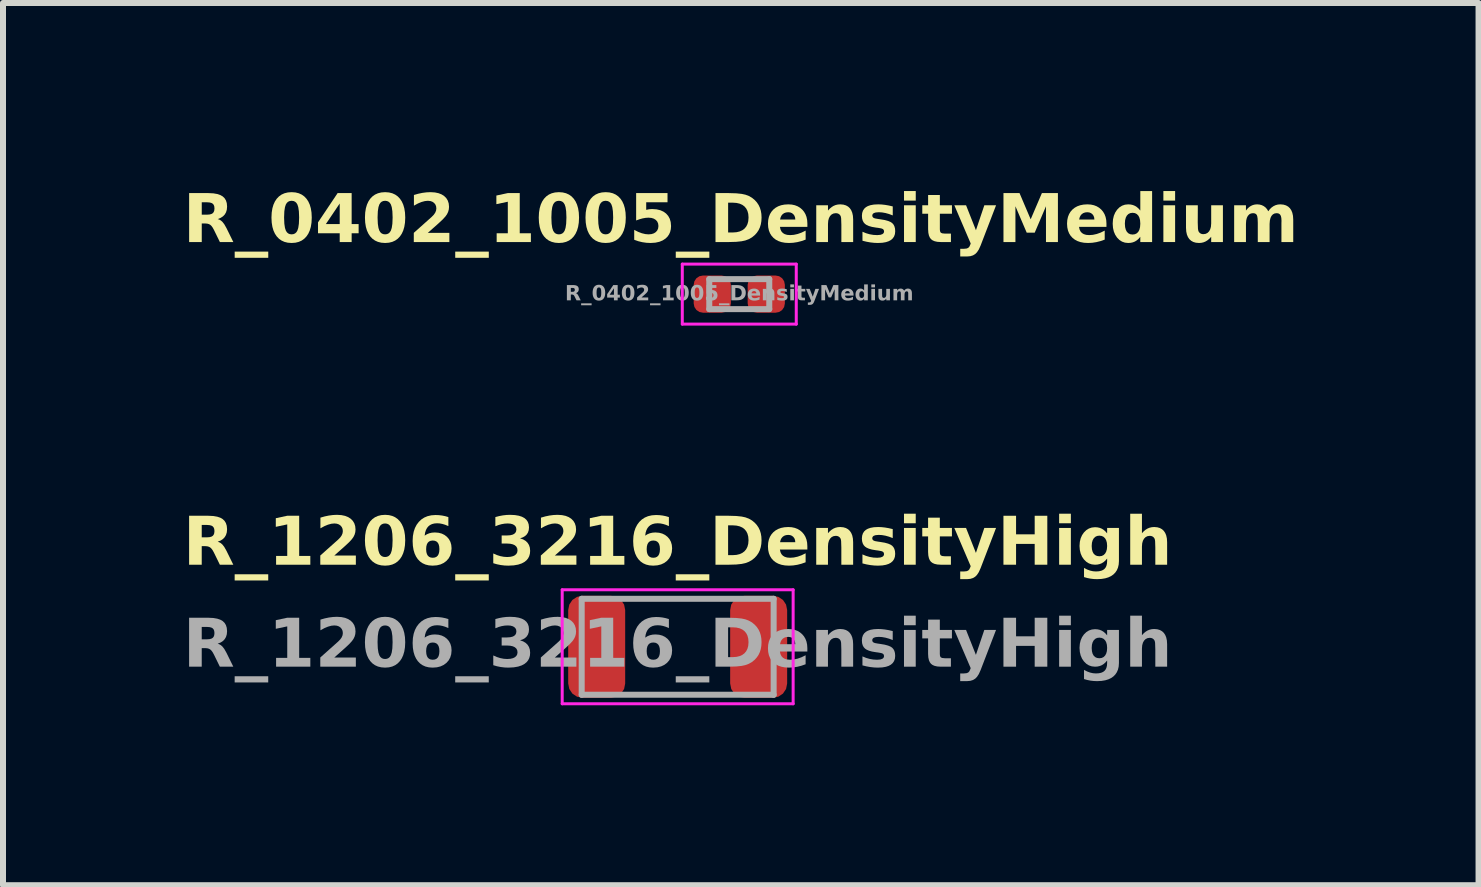
<source format=kicad_pcb>
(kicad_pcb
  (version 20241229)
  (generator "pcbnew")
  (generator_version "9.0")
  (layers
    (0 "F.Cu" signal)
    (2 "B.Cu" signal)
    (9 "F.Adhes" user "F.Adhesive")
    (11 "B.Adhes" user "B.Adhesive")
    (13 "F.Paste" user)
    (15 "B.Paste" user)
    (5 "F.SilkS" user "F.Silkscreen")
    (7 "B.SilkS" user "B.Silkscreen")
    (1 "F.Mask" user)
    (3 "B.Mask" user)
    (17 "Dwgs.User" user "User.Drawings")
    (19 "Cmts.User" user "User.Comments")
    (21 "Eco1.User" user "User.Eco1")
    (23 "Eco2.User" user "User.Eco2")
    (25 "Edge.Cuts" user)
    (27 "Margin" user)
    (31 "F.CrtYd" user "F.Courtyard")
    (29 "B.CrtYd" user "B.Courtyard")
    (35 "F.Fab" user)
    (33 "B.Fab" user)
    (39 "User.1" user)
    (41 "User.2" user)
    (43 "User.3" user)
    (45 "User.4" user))
  (footprint "R_0402_1005_DensityMedium"
    (layer "F.Cu")
    (at 9.274 1.853)
    (property "Reference" "R_0402_1005_DensityMedium" (at 0.025 -1.2 0) (unlocked yes) (layer "F.SilkS") (effects (font (face "JetBrains Mono SemiBold") (size 0.8 0.8) (thickness 0.1))))
    (attr smd)
    (fp_line (start -0.95 -0.5) (end 0.95 -0.5) (stroke (width 0.05) (type solid)) (layer "F.CrtYd"))
    (fp_line (start -0.95 0.5) (end -0.95 -0.5) (stroke (width 0.05) (type solid)) (layer "F.CrtYd"))
    (fp_line (start 0.95 -0.5) (end 0.95 0.5) (stroke (width 0.05) (type solid)) (layer "F.CrtYd"))
    (fp_line (start 0.95 0.5) (end -0.95 0.5) (stroke (width 0.05) (type solid)) (layer "F.CrtYd"))
    (fp_line (start -0.5 -0.25) (end 0.5 -0.25) (stroke (width 0.1) (type solid)) (layer "F.Fab"))
    (fp_line (start -0.5 0.25) (end -0.5 -0.25) (stroke (width 0.1) (type solid)) (layer "F.Fab"))
    (fp_line (start 0.5 -0.25) (end 0.5 0.25) (stroke (width 0.1) (type solid)) (layer "F.Fab"))
    (fp_line (start 0.5 0.25) (end -0.5 0.25) (stroke (width 0.1) (type solid)) (layer "F.Fab"))
    (fp_text user "${REFERENCE}" (at 0 0 0) (layer "F.Fab") (effects (font (face "JetBrains Mono SemiBold") (size 0.25 0.25) (thickness 0.04))))
    (pad "1" smd roundrect (at -0.45 0) (size 0.62 0.62) (layers "F.Cu" "F.Mask" "F.Paste") (roundrect_rratio 0.25))
    (pad "2" smd roundrect (at 0.45 0) (size 0.62 0.62) (layers "F.Cu" "F.Mask" "F.Paste") (roundrect_rratio 0.25)))
  (footprint "R_1206_3216_DensityHigh"
    (layer "F.Cu")
    (at 8.247 7.732)
    (property "Reference" "R_1206_3216_DensityHigh" (at 0 -1.7 0) (layer "F.SilkS") (effects (font (face "JetBrains Mono SemiBold") (size 0.8 0.8) (thickness 0.1))))
    (attr smd)
    (fp_line (start -1.925 -0.95) (end 1.925 -0.95) (stroke (width 0.05) (type solid)) (layer "F.CrtYd"))
    (fp_line (start -1.925 0.95) (end -1.925 -0.95) (stroke (width 0.05) (type solid)) (layer "F.CrtYd"))
    (fp_line (start 1.925 -0.95) (end 1.925 0.95) (stroke (width 0.05) (type solid)) (layer "F.CrtYd"))
    (fp_line (start 1.925 0.95) (end -1.925 0.95) (stroke (width 0.05) (type solid)) (layer "F.CrtYd"))
    (fp_line (start -1.6 -0.8) (end 1.6 -0.8) (stroke (width 0.1) (type solid)) (layer "F.Fab"))
    (fp_line (start -1.6 0.8) (end -1.6 -0.8) (stroke (width 0.1) (type solid)) (layer "F.Fab"))
    (fp_line (start 1.6 -0.8) (end 1.6 0.8) (stroke (width 0.1) (type solid)) (layer "F.Fab"))
    (fp_line (start 1.6 0.8) (end -1.6 0.8) (stroke (width 0.1) (type solid)) (layer "F.Fab"))
    (fp_text user "${REFERENCE}" (at 0 0 0) (layer "F.Fab") (effects (font (face "JetBrains Mono SemiBold") (size 0.8 0.8) (thickness 0.12))))
    (pad "1" smd roundrect (at -1.35 0) (size 0.95 1.7) (layers "F.Cu" "F.Mask" "F.Paste") (roundrect_rratio 0.25))
    (pad "2" smd roundrect (at 1.35 0) (size 0.95 1.7) (layers "F.Cu" "F.Mask" "F.Paste") (roundrect_rratio 0.25)))
  (gr_rect
    (start -3 -3)
    (end 21.598 11.707)
    (stroke (width 0.1) (type default))
    (fill no)
    (layer "Edge.Cuts")))
</source>
